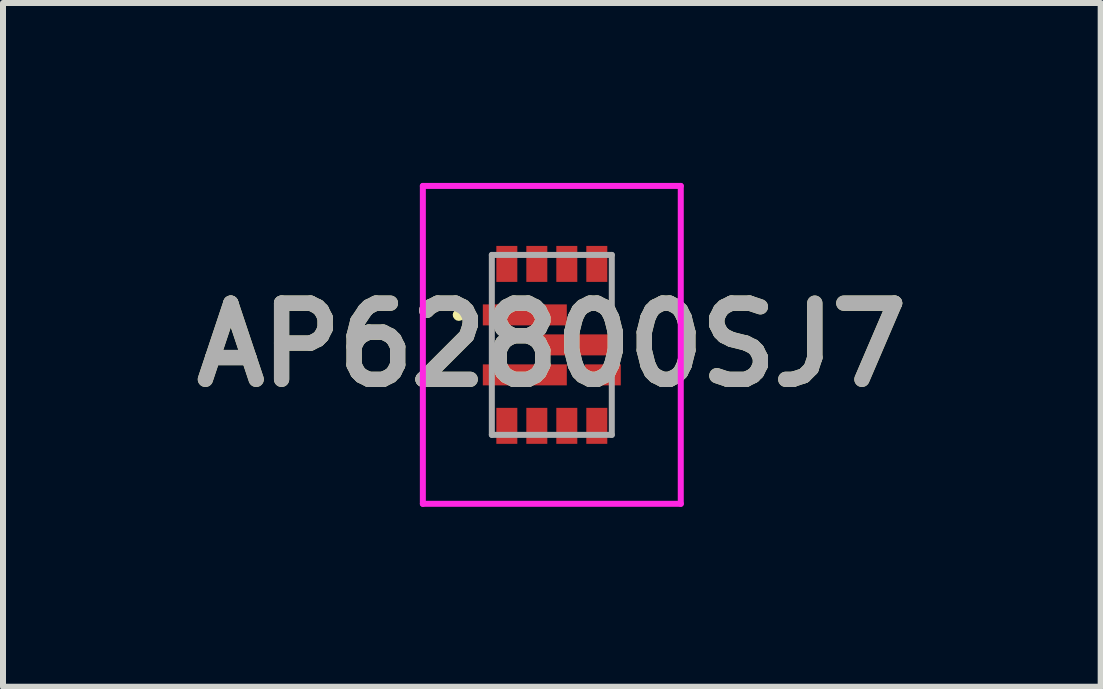
<source format=kicad_pcb>
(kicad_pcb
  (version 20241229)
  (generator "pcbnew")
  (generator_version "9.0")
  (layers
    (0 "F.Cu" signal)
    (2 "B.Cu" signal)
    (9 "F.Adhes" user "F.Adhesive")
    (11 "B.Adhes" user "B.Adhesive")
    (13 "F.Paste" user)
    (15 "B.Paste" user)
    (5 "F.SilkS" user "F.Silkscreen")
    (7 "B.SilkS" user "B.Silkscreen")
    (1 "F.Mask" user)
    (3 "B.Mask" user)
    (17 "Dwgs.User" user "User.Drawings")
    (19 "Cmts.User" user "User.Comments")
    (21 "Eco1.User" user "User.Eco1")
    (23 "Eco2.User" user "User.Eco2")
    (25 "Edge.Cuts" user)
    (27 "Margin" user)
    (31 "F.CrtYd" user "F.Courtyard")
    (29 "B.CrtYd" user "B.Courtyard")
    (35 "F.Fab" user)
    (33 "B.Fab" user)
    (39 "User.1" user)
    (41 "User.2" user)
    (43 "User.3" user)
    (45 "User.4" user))
  (footprint "AP62800SJ7"
    (layer "F.Cu")
    (at 6.15 2.7)
    (property "Reference" "AP62800SJ7" (at 0 0 0) (layer "F.SilkS") (effects (font (size 1.27 1.27) (thickness 0.254))))
    (attr smd)
    (fp_line (start -1.6 -0.5) (end -1.6 -0.5) (stroke (width 0.1) (type solid)) (layer "F.SilkS"))
    (fp_line (start -1.5 -0.5) (end -1.5 -0.5) (stroke (width 0.1) (type solid)) (layer "F.SilkS"))
    (fp_arc (start -1.6 -0.5) (mid -1.55 -0.55) (end -1.5 -0.5) (stroke (width 0.1) (type solid)) (layer "F.SilkS"))
    (fp_arc (start -1.5 -0.5) (mid -1.55 -0.45) (end -1.6 -0.5) (stroke (width 0.1) (type solid)) (layer "F.SilkS"))
    (fp_line (start -2.15 -2.65) (end 2.15 -2.65) (stroke (width 0.1) (type solid)) (layer "F.CrtYd"))
    (fp_line (start -2.15 2.65) (end -2.15 -2.65) (stroke (width 0.1) (type solid)) (layer "F.CrtYd"))
    (fp_line (start 2.15 -2.65) (end 2.15 2.65) (stroke (width 0.1) (type solid)) (layer "F.CrtYd"))
    (fp_line (start 2.15 2.65) (end -2.15 2.65) (stroke (width 0.1) (type solid)) (layer "F.CrtYd"))
    (fp_line (start -1 -1.5) (end 1 -1.5) (stroke (width 0.1) (type solid)) (layer "F.Fab"))
    (fp_line (start -1 1.5) (end -1 -1.5) (stroke (width 0.1) (type solid)) (layer "F.Fab"))
    (fp_line (start 1 -1.5) (end 1 1.5) (stroke (width 0.1) (type solid)) (layer "F.Fab"))
    (fp_line (start 1 1.5) (end -1 1.5) (stroke (width 0.1) (type solid)) (layer "F.Fab"))
    (fp_text user "${REFERENCE}" (at 0 0 0) (layer "F.Fab") (effects (font (size 1.27 1.27) (thickness 0.254))))
    (pad "1" smd rect (at -0.45 -0.5 90) (size 0.35 1.4) (layers "F.Cu" "F.Mask" "F.Paste"))
    (pad "2" smd rect (at -0.45 0.5 90) (size 0.35 1.4) (layers "F.Cu" "F.Mask" "F.Paste"))
    (pad "3" smd rect (at -0.75 1.35) (size 0.35 0.6) (layers "F.Cu" "F.Mask" "F.Paste"))
    (pad "4" smd rect (at -0.25 1.35) (size 0.35 0.6) (layers "F.Cu" "F.Mask" "F.Paste"))
    (pad "5" smd rect (at 0.25 1.35) (size 0.35 0.6) (layers "F.Cu" "F.Mask" "F.Paste"))
    (pad "6" smd rect (at 0.75 1.35) (size 0.35 0.6) (layers "F.Cu" "F.Mask" "F.Paste"))
    (pad "7" smd rect (at 0.85 0.5 90) (size 0.35 0.6) (layers "F.Cu" "F.Mask" "F.Paste"))
    (pad "8" smd rect (at 0.45 0 90) (size 0.35 1.4) (layers "F.Cu" "F.Mask" "F.Paste"))
    (pad "9" smd rect (at 0.75 -1.35) (size 0.35 0.6) (layers "F.Cu" "F.Mask" "F.Paste"))
    (pad "10" smd rect (at 0.25 -1.35) (size 0.35 0.6) (layers "F.Cu" "F.Mask" "F.Paste"))
    (pad "11" smd rect (at -0.25 -1.35) (size 0.35 0.6) (layers "F.Cu" "F.Mask" "F.Paste"))
    (pad "12" smd rect (at -0.75 -1.35) (size 0.35 0.6) (layers "F.Cu" "F.Mask" "F.Paste")))
  (gr_rect
    (start -3 -3)
    (end 15.301 8.4)
    (stroke (width 0.1) (type default))
    (fill no)
    (layer "Edge.Cuts")))
</source>
